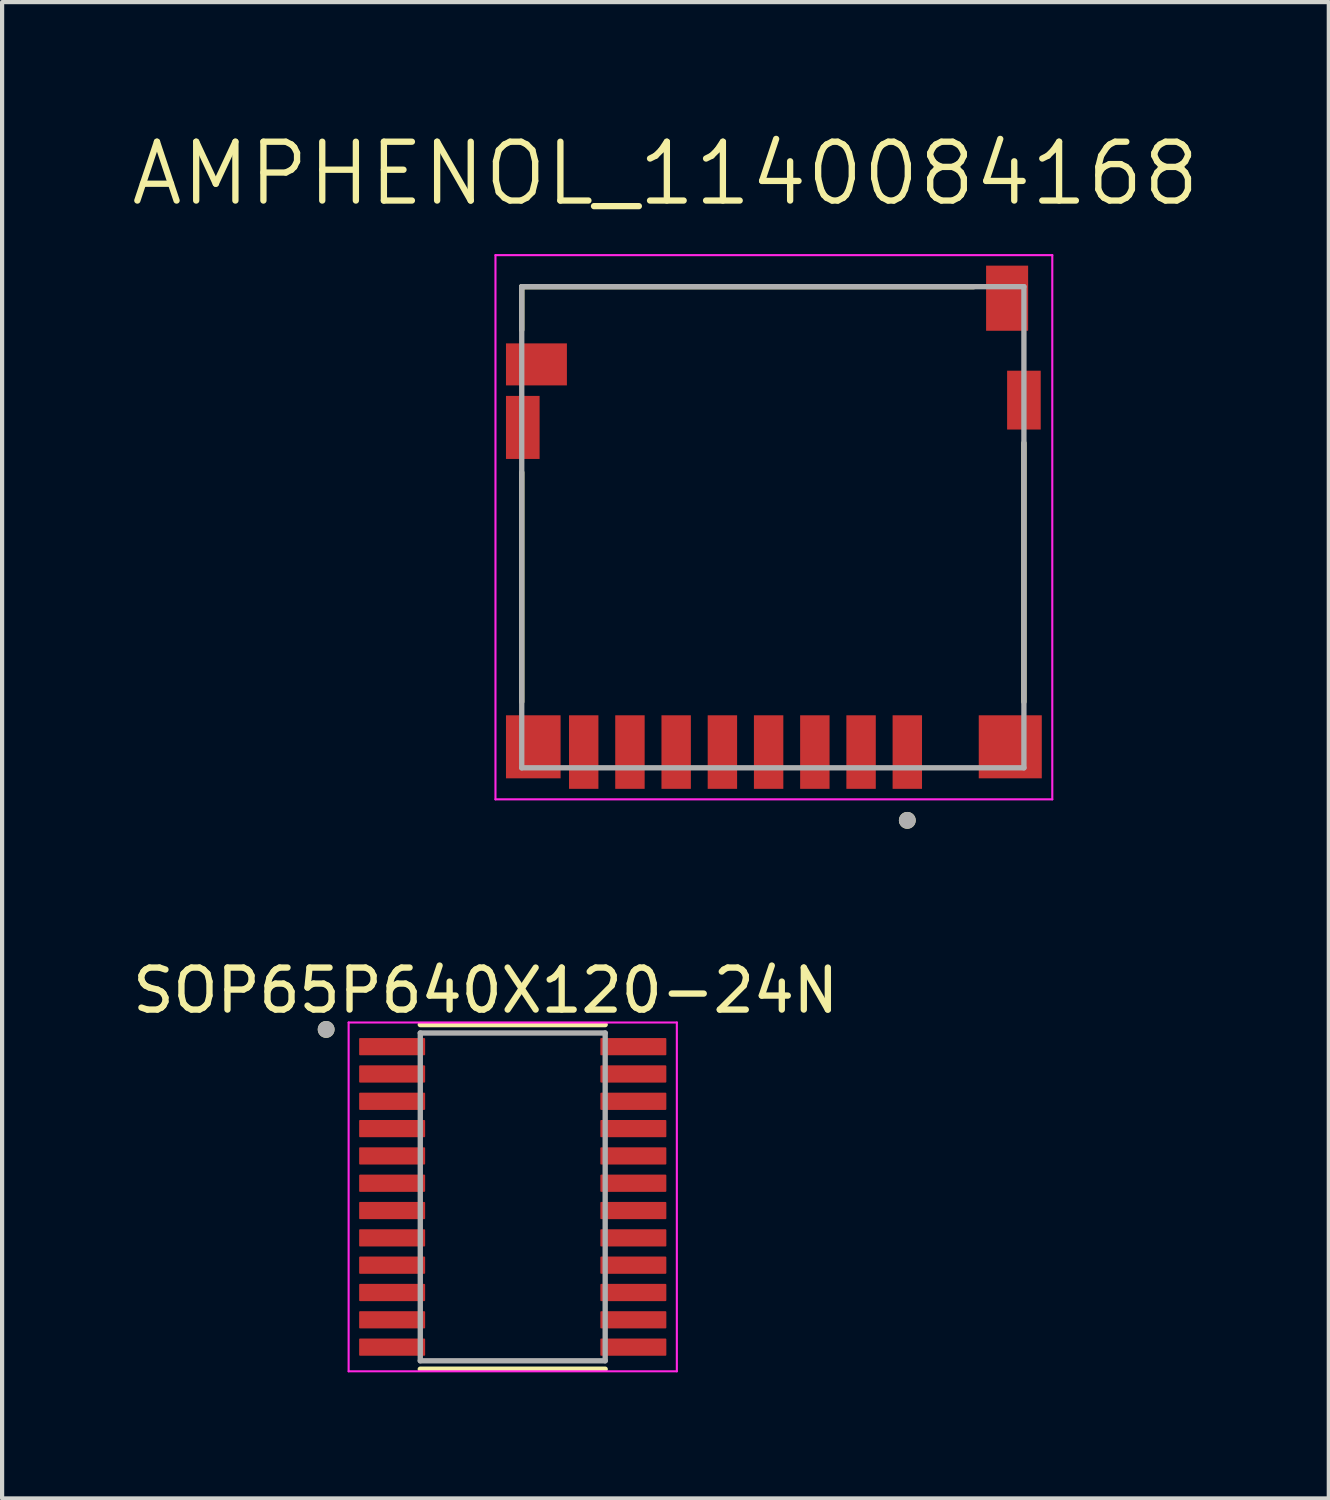
<source format=kicad_pcb>
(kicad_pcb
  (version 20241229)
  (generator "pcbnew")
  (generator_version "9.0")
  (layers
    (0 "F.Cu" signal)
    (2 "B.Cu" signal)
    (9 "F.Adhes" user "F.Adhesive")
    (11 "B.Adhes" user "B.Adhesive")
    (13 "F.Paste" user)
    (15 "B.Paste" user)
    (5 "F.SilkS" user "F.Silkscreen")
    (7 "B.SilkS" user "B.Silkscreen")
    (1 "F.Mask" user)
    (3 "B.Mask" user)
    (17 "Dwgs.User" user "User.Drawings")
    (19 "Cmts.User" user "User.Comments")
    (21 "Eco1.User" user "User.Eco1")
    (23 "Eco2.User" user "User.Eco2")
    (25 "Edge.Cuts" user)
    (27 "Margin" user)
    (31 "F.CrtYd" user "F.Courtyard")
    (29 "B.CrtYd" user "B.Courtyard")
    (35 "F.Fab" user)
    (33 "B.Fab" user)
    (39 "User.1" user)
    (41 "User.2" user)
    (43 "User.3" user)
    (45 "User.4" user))
  (footprint "SOP65P640X120-24N"
    (layer "F.Cu")
    (at 9.151 25.431)
    (property "Reference" "SOP65P640X120-24N" (at -0.645 -4.912 0) (layer "F.SilkS") (effects (font (size 1 1) (thickness 0.15))))
    (attr through_hole)
    (fp_line (start -2.2 -4.1) (end 2.2 -4.1) (stroke (width 0.127) (type solid)) (layer "F.SilkS"))
    (fp_line (start -2.2 4.1) (end 2.2 4.1) (stroke (width 0.127) (type solid)) (layer "F.SilkS"))
    (fp_circle (center -4.44 -3.985) (end -4.34 -3.985) (stroke (width 0.2) (type solid)) (fill no) (layer "F.SilkS"))
    (fp_line (start -3.905 -4.15) (end -3.905 4.15) (stroke (width 0.05) (type solid)) (layer "F.CrtYd"))
    (fp_line (start -3.905 -4.15) (end 3.905 -4.15) (stroke (width 0.05) (type solid)) (layer "F.CrtYd"))
    (fp_line (start -3.905 4.15) (end 3.905 4.15) (stroke (width 0.05) (type solid)) (layer "F.CrtYd"))
    (fp_line (start 3.905 -4.15) (end 3.905 4.15) (stroke (width 0.05) (type solid)) (layer "F.CrtYd"))
    (fp_line (start -2.2 -3.9) (end -2.2 3.9) (stroke (width 0.127) (type solid)) (layer "F.Fab"))
    (fp_line (start -2.2 -3.9) (end 2.2 -3.9) (stroke (width 0.127) (type solid)) (layer "F.Fab"))
    (fp_line (start -2.2 3.9) (end 2.2 3.9) (stroke (width 0.127) (type solid)) (layer "F.Fab"))
    (fp_line (start 2.2 -3.9) (end 2.2 3.9) (stroke (width 0.127) (type solid)) (layer "F.Fab"))
    (fp_circle (center -4.44 -3.985) (end -4.34 -3.985) (stroke (width 0.2) (type solid)) (fill no) (layer "F.Fab"))
    (pad "1" smd roundrect (at -2.87 -3.575) (size 1.57 0.41) (layers "F.Cu" "F.Mask" "F.Paste") (roundrect_rratio 0.05))
    (pad "2" smd roundrect (at -2.87 -2.925) (size 1.57 0.41) (layers "F.Cu" "F.Mask" "F.Paste") (roundrect_rratio 0.05))
    (pad "3" smd roundrect (at -2.87 -2.275) (size 1.57 0.41) (layers "F.Cu" "F.Mask" "F.Paste") (roundrect_rratio 0.05))
    (pad "4" smd roundrect (at -2.87 -1.625) (size 1.57 0.41) (layers "F.Cu" "F.Mask" "F.Paste") (roundrect_rratio 0.05))
    (pad "5" smd roundrect (at -2.87 -0.975) (size 1.57 0.41) (layers "F.Cu" "F.Mask" "F.Paste") (roundrect_rratio 0.05))
    (pad "6" smd roundrect (at -2.87 -0.325) (size 1.57 0.41) (layers "F.Cu" "F.Mask" "F.Paste") (roundrect_rratio 0.05))
    (pad "7" smd roundrect (at -2.87 0.325) (size 1.57 0.41) (layers "F.Cu" "F.Mask" "F.Paste") (roundrect_rratio 0.05))
    (pad "8" smd roundrect (at -2.87 0.975) (size 1.57 0.41) (layers "F.Cu" "F.Mask" "F.Paste") (roundrect_rratio 0.05))
    (pad "9" smd roundrect (at -2.87 1.625) (size 1.57 0.41) (layers "F.Cu" "F.Mask" "F.Paste") (roundrect_rratio 0.05))
    (pad "10" smd roundrect (at -2.87 2.275) (size 1.57 0.41) (layers "F.Cu" "F.Mask" "F.Paste") (roundrect_rratio 0.05))
    (pad "11" smd roundrect (at -2.87 2.925) (size 1.57 0.41) (layers "F.Cu" "F.Mask" "F.Paste") (roundrect_rratio 0.05))
    (pad "12" smd roundrect (at -2.87 3.575) (size 1.57 0.41) (layers "F.Cu" "F.Mask" "F.Paste") (roundrect_rratio 0.05))
    (pad "13" smd roundrect (at 2.87 3.575) (size 1.57 0.41) (layers "F.Cu" "F.Mask" "F.Paste") (roundrect_rratio 0.05))
    (pad "14" smd roundrect (at 2.87 2.925) (size 1.57 0.41) (layers "F.Cu" "F.Mask" "F.Paste") (roundrect_rratio 0.05))
    (pad "15" smd roundrect (at 2.87 2.275) (size 1.57 0.41) (layers "F.Cu" "F.Mask" "F.Paste") (roundrect_rratio 0.05))
    (pad "16" smd roundrect (at 2.87 1.625) (size 1.57 0.41) (layers "F.Cu" "F.Mask" "F.Paste") (roundrect_rratio 0.05))
    (pad "17" smd roundrect (at 2.87 0.975) (size 1.57 0.41) (layers "F.Cu" "F.Mask" "F.Paste") (roundrect_rratio 0.05))
    (pad "18" smd roundrect (at 2.87 0.325) (size 1.57 0.41) (layers "F.Cu" "F.Mask" "F.Paste") (roundrect_rratio 0.05))
    (pad "19" smd roundrect (at 2.87 -0.325) (size 1.57 0.41) (layers "F.Cu" "F.Mask" "F.Paste") (roundrect_rratio 0.05))
    (pad "20" smd roundrect (at 2.87 -0.975) (size 1.57 0.41) (layers "F.Cu" "F.Mask" "F.Paste") (roundrect_rratio 0.05))
    (pad "21" smd roundrect (at 2.87 -1.625) (size 1.57 0.41) (layers "F.Cu" "F.Mask" "F.Paste") (roundrect_rratio 0.05))
    (pad "22" smd roundrect (at 2.87 -2.275) (size 1.57 0.41) (layers "F.Cu" "F.Mask" "F.Paste") (roundrect_rratio 0.05))
    (pad "23" smd roundrect (at 2.87 -2.925) (size 1.57 0.41) (layers "F.Cu" "F.Mask" "F.Paste") (roundrect_rratio 0.05))
    (pad "24" smd roundrect (at 2.87 -3.575) (size 1.57 0.41) (layers "F.Cu" "F.Mask" "F.Paste") (roundrect_rratio 0.05)))
  (footprint "AMPHENOL_1140084168"
    (layer "F.Cu")
    (at 15.34 13.971)
    (property "Reference" "AMPHENOL_1140084168" (at -2.555 -12.889 0) (layer "F.SilkS") (effects (font (size 1.4 1.4) (thickness 0.15))))
    (attr through_hole)
    (fp_line (start -5.975 -10.2) (end -5.975 -9.17) (stroke (width 0.127) (type solid)) (layer "F.SilkS"))
    (fp_line (start -5.975 -5.78) (end -5.975 -0.32) (stroke (width 0.127) (type solid)) (layer "F.SilkS"))
    (fp_line (start 4.78 -10.2) (end -5.975 -10.2) (stroke (width 0.127) (type solid)) (layer "F.SilkS"))
    (fp_line (start 5.975 -0.32) (end 5.975 -6.48) (stroke (width 0.127) (type solid)) (layer "F.SilkS"))
    (fp_circle (center 3.2 2.5) (end 3.3 2.5) (stroke (width 0.2) (type solid)) (fill no) (layer "F.SilkS"))
    (fp_line (start -6.6 -10.95) (end -6.6 2) (stroke (width 0.05) (type solid)) (layer "F.CrtYd"))
    (fp_line (start -6.6 2) (end 6.65 2) (stroke (width 0.05) (type solid)) (layer "F.CrtYd"))
    (fp_line (start 6.65 -10.95) (end -6.6 -10.95) (stroke (width 0.05) (type solid)) (layer "F.CrtYd"))
    (fp_line (start 6.65 2) (end 6.65 -10.95) (stroke (width 0.05) (type solid)) (layer "F.CrtYd"))
    (fp_line (start -5.975 -10.2) (end -5.975 1.25) (stroke (width 0.127) (type solid)) (layer "F.Fab"))
    (fp_line (start -5.975 1.25) (end 5.975 1.25) (stroke (width 0.127) (type solid)) (layer "F.Fab"))
    (fp_line (start 5.975 -10.2) (end -5.975 -10.2) (stroke (width 0.127) (type solid)) (layer "F.Fab"))
    (fp_line (start 5.975 1.25) (end 5.975 -10.2) (stroke (width 0.127) (type solid)) (layer "F.Fab"))
    (fp_circle (center 3.2 2.5) (end 3.3 2.5) (stroke (width 0.2) (type solid)) (fill no) (layer "F.Fab"))
    (pad "1" smd rect (at 3.2 0.875) (size 0.7 1.75) (layers "F.Cu" "F.Mask" "F.Paste"))
    (pad "2" smd rect (at 2.1 0.875) (size 0.7 1.75) (layers "F.Cu" "F.Mask" "F.Paste"))
    (pad "3" smd rect (at 1 0.875) (size 0.7 1.75) (layers "F.Cu" "F.Mask" "F.Paste"))
    (pad "4" smd rect (at -0.1 0.875) (size 0.7 1.75) (layers "F.Cu" "F.Mask" "F.Paste"))
    (pad "5" smd rect (at -1.2 0.875) (size 0.7 1.75) (layers "F.Cu" "F.Mask" "F.Paste"))
    (pad "6" smd rect (at -2.3 0.875) (size 0.7 1.75) (layers "F.Cu" "F.Mask" "F.Paste"))
    (pad "7" smd rect (at -3.4 0.875) (size 0.7 1.75) (layers "F.Cu" "F.Mask" "F.Paste"))
    (pad "8" smd rect (at -4.5 0.875) (size 0.7 1.75) (layers "F.Cu" "F.Mask" "F.Paste"))
    (pad "9" smd rect (at 5.575 -9.925) (size 1 1.55) (layers "F.Cu" "F.Mask" "F.Paste"))
    (pad "10" smd rect (at -5.625 -8.35) (size 1.45 1) (layers "F.Cu" "F.Mask" "F.Paste"))
    (pad "S1" smd rect (at 5.65 0.75) (size 1.5 1.5) (layers "F.Cu" "F.Mask" "F.Paste"))
    (pad "S2" smd rect (at -5.7 0.75) (size 1.3 1.5) (layers "F.Cu" "F.Mask" "F.Paste"))
    (pad "S3" smd rect (at 5.975 -7.5) (size 0.8 1.4) (layers "F.Cu" "F.Mask" "F.Paste"))
    (pad "S4" smd rect (at -5.95 -6.85) (size 0.8 1.5) (layers "F.Cu" "F.Mask" "F.Paste"))
    (zone (net_name "") (layer "F.Cu") (hatch full 0.508) (connect_pads) (min_thickness 0.01) (filled_areas_thickness no) (keepout (tracks not_allowed) (vias not_allowed) (pads not_allowed) (copperpour not_allowed) (footprints allowed)) (placement (enabled no)) (fill) (polygon (pts (xy 10.44 7.971) (xy 18.94 7.971) (xy 18.94 9.971) (xy 10.44 9.971))))
    (zone (net_name "") (layer "F.Cu") (hatch full 0.508) (connect_pads) (min_thickness 0.01) (filled_areas_thickness no) (keepout (tracks not_allowed) (vias not_allowed) (pads not_allowed) (copperpour not_allowed) (footprints allowed)) (placement (enabled no)) (fill) (polygon (pts (xy 13.39 3.771) (xy 15.89 3.771) (xy 15.89 5.771) (xy 13.39 5.771))))
    (zone (net_name "") (layers "F.Cu" "B.Cu") (hatch full 0.508) (connect_pads) (min_thickness 0.01) (filled_areas_thickness no) (keepout (tracks allowed) (vias not_allowed) (pads allowed) (copperpour allowed) (footprints allowed)) (placement (enabled no)) (fill) (polygon (pts (xy 10.44 7.971) (xy 18.94 7.971) (xy 18.94 9.971) (xy 10.44 9.971))))
    (zone (net_name "") (layers "F.Cu" "B.Cu") (hatch full 0.508) (connect_pads) (min_thickness 0.01) (filled_areas_thickness no) (keepout (tracks allowed) (vias not_allowed) (pads allowed) (copperpour allowed) (footprints allowed)) (placement (enabled no)) (fill) (polygon (pts (xy 13.39 3.771) (xy 15.89 3.771) (xy 15.89 5.771) (xy 13.39 5.771)))))
  (gr_rect
    (start -3 -3)
    (end 28.57 32.606)
    (stroke (width 0.1) (type default))
    (fill no)
    (layer "Edge.Cuts")))
</source>
